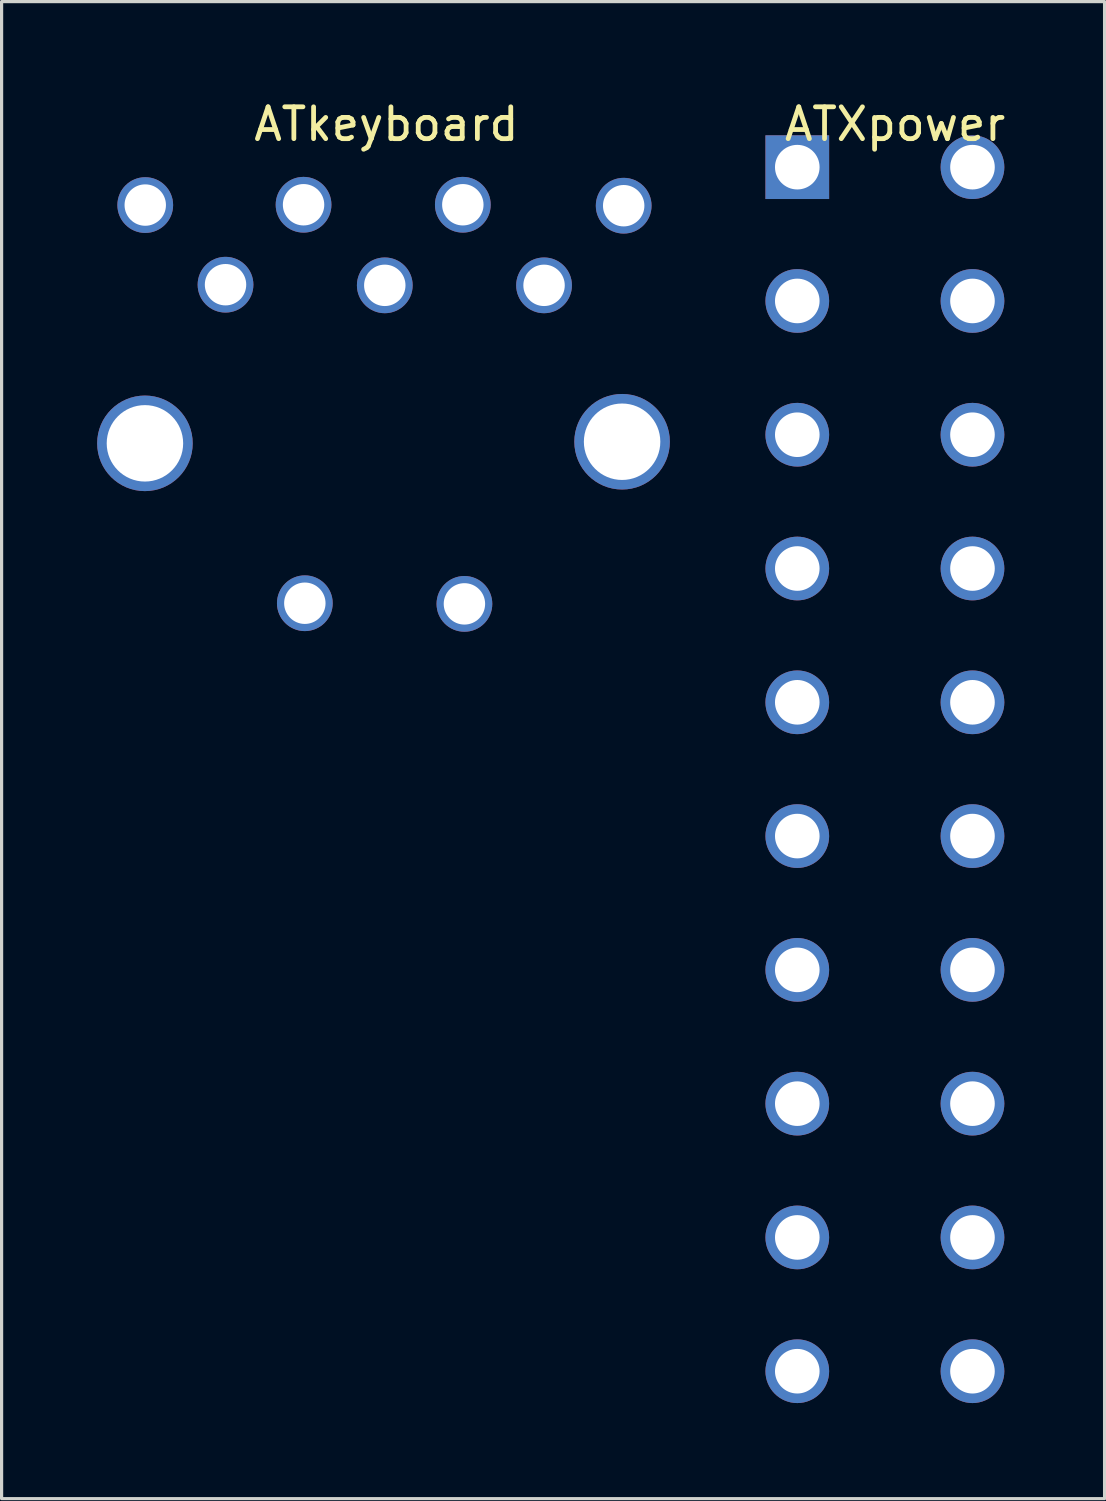
<source format=kicad_pcb>
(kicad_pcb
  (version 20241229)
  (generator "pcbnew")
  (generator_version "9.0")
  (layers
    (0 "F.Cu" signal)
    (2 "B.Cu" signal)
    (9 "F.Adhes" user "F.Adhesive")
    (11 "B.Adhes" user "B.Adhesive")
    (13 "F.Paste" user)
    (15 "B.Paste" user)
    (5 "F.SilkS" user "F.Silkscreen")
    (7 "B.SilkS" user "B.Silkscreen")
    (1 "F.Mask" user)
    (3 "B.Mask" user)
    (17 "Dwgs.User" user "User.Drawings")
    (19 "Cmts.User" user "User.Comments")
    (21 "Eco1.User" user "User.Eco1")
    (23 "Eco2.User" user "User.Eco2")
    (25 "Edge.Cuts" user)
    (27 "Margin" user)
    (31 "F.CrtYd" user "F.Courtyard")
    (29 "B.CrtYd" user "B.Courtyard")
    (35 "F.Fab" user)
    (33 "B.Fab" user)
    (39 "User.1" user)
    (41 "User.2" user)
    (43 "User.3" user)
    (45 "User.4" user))
  (footprint "ATkeyboard"
    (layer "F.Cu")
    (at 9.08 0.348)
    (property "Reference" "ATkeyboard" (at 0 0.5 0) (layer "F.SilkS") (effects (font (size 1 1) (thickness 0.15))))
    (attr through_hole)
    (pad "" thru_hole circle (at -7.58 10.52) (size 3 3) (drill 2.4) (layers "*.Cu" "*.Mask"))
    (pad "" thru_hole circle (at -2.56 15.54) (size 1.75 1.75) (drill 1.3) (layers "*.Cu" "*.Mask"))
    (pad "" thru_hole circle (at 2.45 15.56) (size 1.75 1.75) (drill 1.3) (layers "*.Cu" "*.Mask"))
    (pad "" thru_hole circle (at 7.4 10.47) (size 3 3) (drill 2.4) (layers "*.Cu" "*.Mask"))
    (pad "1" thru_hole circle (at 4.95 5.56) (size 1.75 1.75) (drill 1.3) (layers "*.Cu" "*.Mask"))
    (pad "2" thru_hole circle (at -0.05 5.56) (size 1.75 1.75) (drill 1.3) (layers "*.Cu" "*.Mask"))
    (pad "3" thru_hole circle (at -5.05 5.54) (size 1.75 1.75) (drill 1.3) (layers "*.Cu" "*.Mask"))
    (pad "4" thru_hole circle (at 2.4 3.03) (size 1.75 1.75) (drill 1.3) (layers "*.Cu" "*.Mask"))
    (pad "5" thru_hole circle (at -2.6 3.03) (size 1.75 1.75) (drill 1.3) (layers "*.Cu" "*.Mask"))
    (pad "6" thru_hole circle (at 7.45 3.06) (size 1.75 1.75) (drill 1.3) (layers "*.Cu" "*.Mask"))
    (pad "7" thru_hole circle (at -7.57 3.04) (size 1.75 1.75) (drill 1.3) (layers "*.Cu" "*.Mask")))
  (footprint "ATXpower"
    (layer "F.Cu")
    (at 25.05 0.348)
    (property "Reference" "ATXpower" (at 0 0.5 0) (layer "F.SilkS") (effects (font (size 1 1) (thickness 0.15))))
    (attr through_hole)
    (pad "1" thru_hole rect (at -3.07 1.85) (size 2 2) (drill 1.4) (layers "*.Cu" "*.Mask"))
    (pad "2" thru_hole circle (at -3.07 6.05) (size 2 2) (drill 1.4) (layers "*.Cu" "*.Mask"))
    (pad "3" thru_hole circle (at -3.07 10.25) (size 2 2) (drill 1.4) (layers "*.Cu" "*.Mask"))
    (pad "4" thru_hole circle (at -3.07 14.45) (size 2 2) (drill 1.4) (layers "*.Cu" "*.Mask"))
    (pad "5" thru_hole circle (at -3.07 18.65) (size 2 2) (drill 1.4) (layers "*.Cu" "*.Mask"))
    (pad "6" thru_hole circle (at -3.07 22.85) (size 2 2) (drill 1.4) (layers "*.Cu" "*.Mask"))
    (pad "7" thru_hole circle (at -3.07 27.05) (size 2 2) (drill 1.4) (layers "*.Cu" "*.Mask"))
    (pad "8" thru_hole circle (at -3.07 31.25) (size 2 2) (drill 1.4) (layers "*.Cu" "*.Mask"))
    (pad "9" thru_hole circle (at -3.07 35.45) (size 2 2) (drill 1.4) (layers "*.Cu" "*.Mask"))
    (pad "10" thru_hole circle (at -3.07 39.65) (size 2 2) (drill 1.4) (layers "*.Cu" "*.Mask"))
    (pad "11" thru_hole circle (at 2.43 1.85) (size 2 2) (drill 1.4) (layers "*.Cu" "*.Mask"))
    (pad "12" thru_hole circle (at 2.43 6.05) (size 2 2) (drill 1.4) (layers "*.Cu" "*.Mask"))
    (pad "13" thru_hole circle (at 2.43 10.25) (size 2 2) (drill 1.4) (layers "*.Cu" "*.Mask"))
    (pad "14" thru_hole circle (at 2.43 14.45) (size 2 2) (drill 1.4) (layers "*.Cu" "*.Mask"))
    (pad "15" thru_hole circle (at 2.43 18.65) (size 2 2) (drill 1.4) (layers "*.Cu" "*.Mask"))
    (pad "16" thru_hole circle (at 2.43 22.85) (size 2 2) (drill 1.4) (layers "*.Cu" "*.Mask"))
    (pad "17" thru_hole circle (at 2.43 27.05) (size 2 2) (drill 1.4) (layers "*.Cu" "*.Mask"))
    (pad "18" thru_hole circle (at 2.43 31.25) (size 2 2) (drill 1.4) (layers "*.Cu" "*.Mask"))
    (pad "19" thru_hole circle (at 2.43 35.45) (size 2 2) (drill 1.4) (layers "*.Cu" "*.Mask"))
    (pad "20" thru_hole circle (at 2.43 39.65) (size 2 2) (drill 1.4) (layers "*.Cu" "*.Mask")))
  (gr_rect
    (start -3 -3)
    (end 31.627 43.998)
    (stroke (width 0.1) (type default))
    (fill no)
    (layer "Edge.Cuts")))
</source>
